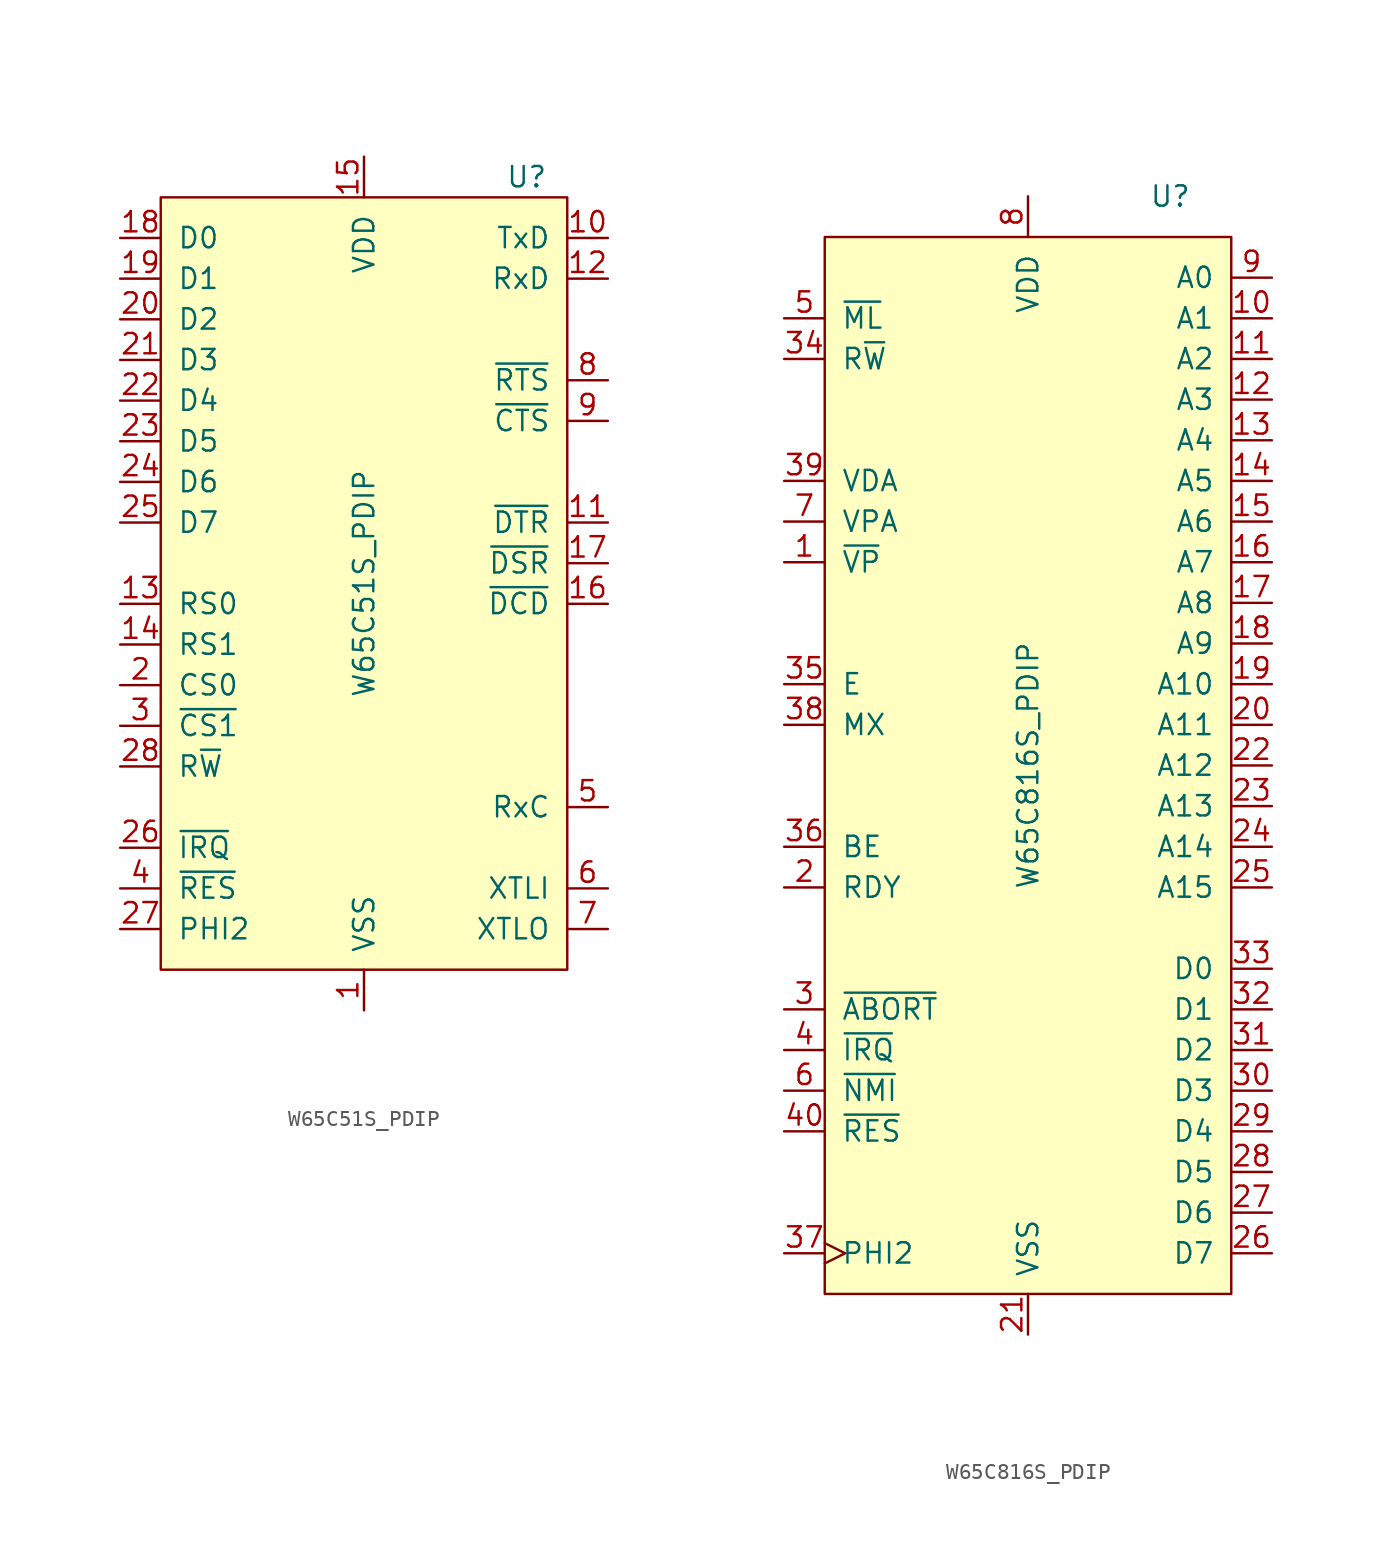
<source format=kicad_sym>
(kicad_symbol_lib
  (version 20211014)
  (generator kicad_symbol_editor)
  (symbol "W65C51S_PDIP"
    (pin_names
      (offset 1.016))
    (property "Reference" "U"
      (at 10.16 25.4 0)
      (effects (font (size 1.27 1.27))))
    (property "Value" "W65C51S_PDIP"
      (at 0 0 90)
      (effects (font (size 1.27 1.27))))
    (symbol "W65C51S_PDIP_0_1"
      (rectangle (start -12.7 24.13) (end 12.7 -24.13) (stroke (width 0) (type default) (color 0 0 0 0)) (fill (type background))))
    (symbol "W65C51S_PDIP_1_1"
      (pin output line (at 0 -26.67 90) (length 2.54) (name "VSS" (effects (font (size 1.27 1.27)))) (number "1" (effects (font (size 1.27 1.27)))))
      (pin output line (at 15.24 21.59 180) (length 2.54) (name "TxD" (effects (font (size 1.27 1.27)))) (number "10" (effects (font (size 1.27 1.27)))))
      (pin output line (at 15.24 3.81 180) (length 2.54) (name "~{DTR}" (effects (font (size 1.27 1.27)))) (number "11" (effects (font (size 1.27 1.27)))))
      (pin input line (at 15.24 19.05 180) (length 2.54) (name "RxD" (effects (font (size 1.27 1.27)))) (number "12" (effects (font (size 1.27 1.27)))))
      (pin input line (at -15.24 -1.27 0) (length 2.54) (name "RS0" (effects (font (size 1.27 1.27)))) (number "13" (effects (font (size 1.27 1.27)))))
      (pin input line (at -15.24 -3.81 0) (length 2.54) (name "RS1" (effects (font (size 1.27 1.27)))) (number "14" (effects (font (size 1.27 1.27)))))
      (pin power_in line (at 0 26.67 270) (length 2.54) (name "VDD" (effects (font (size 1.27 1.27)))) (number "15" (effects (font (size 1.27 1.27)))))
      (pin input line (at 15.24 -1.27 180) (length 2.54) (name "~{DCD}" (effects (font (size 1.27 1.27)))) (number "16" (effects (font (size 1.27 1.27)))))
      (pin input line (at 15.24 1.27 180) (length 2.54) (name "~{DSR}" (effects (font (size 1.27 1.27)))) (number "17" (effects (font (size 1.27 1.27)))))
      (pin bidirectional line (at -15.24 21.59 0) (length 2.54) (name "D0" (effects (font (size 1.27 1.27)))) (number "18" (effects (font (size 1.27 1.27)))))
      (pin bidirectional line (at -15.24 19.05 0) (length 2.54) (name "D1" (effects (font (size 1.27 1.27)))) (number "19" (effects (font (size 1.27 1.27)))))
      (pin input line (at -15.24 -6.35 0) (length 2.54) (name "CS0" (effects (font (size 1.27 1.27)))) (number "2" (effects (font (size 1.27 1.27)))))
      (pin bidirectional line (at -15.24 16.51 0) (length 2.54) (name "D2" (effects (font (size 1.27 1.27)))) (number "20" (effects (font (size 1.27 1.27)))))
      (pin bidirectional line (at -15.24 13.97 0) (length 2.54) (name "D3" (effects (font (size 1.27 1.27)))) (number "21" (effects (font (size 1.27 1.27)))))
      (pin bidirectional line (at -15.24 11.43 0) (length 2.54) (name "D4" (effects (font (size 1.27 1.27)))) (number "22" (effects (font (size 1.27 1.27)))))
      (pin bidirectional line (at -15.24 8.89 0) (length 2.54) (name "D5" (effects (font (size 1.27 1.27)))) (number "23" (effects (font (size 1.27 1.27)))))
      (pin bidirectional line (at -15.24 6.35 0) (length 2.54) (name "D6" (effects (font (size 1.27 1.27)))) (number "24" (effects (font (size 1.27 1.27)))))
      (pin bidirectional line (at -15.24 3.81 0) (length 2.54) (name "D7" (effects (font (size 1.27 1.27)))) (number "25" (effects (font (size 1.27 1.27)))))
      (pin output line (at -15.24 -16.51 0) (length 2.54) (name "~{IRQ}" (effects (font (size 1.27 1.27)))) (number "26" (effects (font (size 1.27 1.27)))))
      (pin input line (at -15.24 -21.59 0) (length 2.54) (name "PHI2" (effects (font (size 1.27 1.27)))) (number "27" (effects (font (size 1.27 1.27)))))
      (pin input line (at -15.24 -11.43 0) (length 2.54) (name "R~{W}" (effects (font (size 1.27 1.27)))) (number "28" (effects (font (size 1.27 1.27)))))
      (pin input line (at -15.24 -8.89 0) (length 2.54) (name "~{CS1}" (effects (font (size 1.27 1.27)))) (number "3" (effects (font (size 1.27 1.27)))))
      (pin input line (at -15.24 -19.05 0) (length 2.54) (name "~{RES}" (effects (font (size 1.27 1.27)))) (number "4" (effects (font (size 1.27 1.27)))))
      (pin bidirectional line (at 15.24 -13.97 180) (length 2.54) (name "RxC" (effects (font (size 1.27 1.27)))) (number "5" (effects (font (size 1.27 1.27)))))
      (pin input line (at 15.24 -19.05 180) (length 2.54) (name "XTLI" (effects (font (size 1.27 1.27)))) (number "6" (effects (font (size 1.27 1.27)))))
      (pin output line (at 15.24 -21.59 180) (length 2.54) (name "XTLO" (effects (font (size 1.27 1.27)))) (number "7" (effects (font (size 1.27 1.27)))))
      (pin output line (at 15.24 12.7 180) (length 2.54) (name "~{RTS}" (effects (font (size 1.27 1.27)))) (number "8" (effects (font (size 1.27 1.27)))))
      (pin input line (at 15.24 10.16 180) (length 2.54) (name "~{CTS}" (effects (font (size 1.27 1.27)))) (number "9" (effects (font (size 1.27 1.27)))))))
  (symbol "W65C816S_PDIP"
    (pin_names
      (offset 1.016))
    (property "Reference" "U"
      (at 8.89 35.56 0)
      (effects (font (size 1.27 1.27))))
    (property "Value" "W65C816S_PDIP"
      (at 0 0 90)
      (effects (font (size 1.27 1.27))))
    (symbol "W65C816S_PDIP_0_1"
      (rectangle (start 12.7 -33.02) (end -12.7 33.02) (stroke (width 0) (type default) (color 0 0 0 0)) (fill (type background))))
    (symbol "W65C816S_PDIP_1_1"
      (pin output line (at -15.24 12.7 0) (length 2.54) (name "~{VP}" (effects (font (size 1.27 1.27)))) (number "1" (effects (font (size 1.27 1.27)))))
      (pin output line (at 15.24 27.94 180) (length 2.54) (name "A1" (effects (font (size 1.27 1.27)))) (number "10" (effects (font (size 1.27 1.27)))))
      (pin output line (at 15.24 25.4 180) (length 2.54) (name "A2" (effects (font (size 1.27 1.27)))) (number "11" (effects (font (size 1.27 1.27)))))
      (pin output line (at 15.24 22.86 180) (length 2.54) (name "A3" (effects (font (size 1.27 1.27)))) (number "12" (effects (font (size 1.27 1.27)))))
      (pin output line (at 15.24 20.32 180) (length 2.54) (name "A4" (effects (font (size 1.27 1.27)))) (number "13" (effects (font (size 1.27 1.27)))))
      (pin output line (at 15.24 17.78 180) (length 2.54) (name "A5" (effects (font (size 1.27 1.27)))) (number "14" (effects (font (size 1.27 1.27)))))
      (pin output line (at 15.24 15.24 180) (length 2.54) (name "A6" (effects (font (size 1.27 1.27)))) (number "15" (effects (font (size 1.27 1.27)))))
      (pin output line (at 15.24 12.7 180) (length 2.54) (name "A7" (effects (font (size 1.27 1.27)))) (number "16" (effects (font (size 1.27 1.27)))))
      (pin output line (at 15.24 10.16 180) (length 2.54) (name "A8" (effects (font (size 1.27 1.27)))) (number "17" (effects (font (size 1.27 1.27)))))
      (pin output line (at 15.24 7.62 180) (length 2.54) (name "A9" (effects (font (size 1.27 1.27)))) (number "18" (effects (font (size 1.27 1.27)))))
      (pin output line (at 15.24 5.08 180) (length 2.54) (name "A10" (effects (font (size 1.27 1.27)))) (number "19" (effects (font (size 1.27 1.27)))))
      (pin bidirectional line (at -15.24 -7.62 0) (length 2.54) (name "RDY" (effects (font (size 1.27 1.27)))) (number "2" (effects (font (size 1.27 1.27)))))
      (pin output line (at 15.24 2.54 180) (length 2.54) (name "A11" (effects (font (size 1.27 1.27)))) (number "20" (effects (font (size 1.27 1.27)))))
      (pin power_in line (at 0 -35.56 90) (length 2.54) (name "VSS" (effects (font (size 1.27 1.27)))) (number "21" (effects (font (size 1.27 1.27)))))
      (pin output line (at 15.24 0 180) (length 2.54) (name "A12" (effects (font (size 1.27 1.27)))) (number "22" (effects (font (size 1.27 1.27)))))
      (pin output line (at 15.24 -2.54 180) (length 2.54) (name "A13" (effects (font (size 1.27 1.27)))) (number "23" (effects (font (size 1.27 1.27)))))
      (pin output line (at 15.24 -5.08 180) (length 2.54) (name "A14" (effects (font (size 1.27 1.27)))) (number "24" (effects (font (size 1.27 1.27)))))
      (pin output line (at 15.24 -7.62 180) (length 2.54) (name "A15" (effects (font (size 1.27 1.27)))) (number "25" (effects (font (size 1.27 1.27)))))
      (pin bidirectional line (at 15.24 -30.48 180) (length 2.54) (name "D7" (effects (font (size 1.27 1.27)))) (number "26" (effects (font (size 1.27 1.27)))))
      (pin bidirectional line (at 15.24 -27.94 180) (length 2.54) (name "D6" (effects (font (size 1.27 1.27)))) (number "27" (effects (font (size 1.27 1.27)))))
      (pin bidirectional line (at 15.24 -25.4 180) (length 2.54) (name "D5" (effects (font (size 1.27 1.27)))) (number "28" (effects (font (size 1.27 1.27)))))
      (pin bidirectional line (at 15.24 -22.86 180) (length 2.54) (name "D4" (effects (font (size 1.27 1.27)))) (number "29" (effects (font (size 1.27 1.27)))))
      (pin input line (at -15.24 -15.24 0) (length 2.54) (name "~{ABORT}" (effects (font (size 1.27 1.27)))) (number "3" (effects (font (size 1.27 1.27)))))
      (pin bidirectional line (at 15.24 -20.32 180) (length 2.54) (name "D3" (effects (font (size 1.27 1.27)))) (number "30" (effects (font (size 1.27 1.27)))))
      (pin bidirectional line (at 15.24 -17.78 180) (length 2.54) (name "D2" (effects (font (size 1.27 1.27)))) (number "31" (effects (font (size 1.27 1.27)))))
      (pin bidirectional line (at 15.24 -15.24 180) (length 2.54) (name "D1" (effects (font (size 1.27 1.27)))) (number "32" (effects (font (size 1.27 1.27)))))
      (pin bidirectional line (at 15.24 -12.7 180) (length 2.54) (name "D0" (effects (font (size 1.27 1.27)))) (number "33" (effects (font (size 1.27 1.27)))))
      (pin output line (at -15.24 25.4 0) (length 2.54) (name "R~{W}" (effects (font (size 1.27 1.27)))) (number "34" (effects (font (size 1.27 1.27)))))
      (pin output line (at -15.24 5.08 0) (length 2.54) (name "E" (effects (font (size 1.27 1.27)))) (number "35" (effects (font (size 1.27 1.27)))))
      (pin input line (at -15.24 -5.08 0) (length 2.54) (name "BE" (effects (font (size 1.27 1.27)))) (number "36" (effects (font (size 1.27 1.27)))))
      (pin input clock (at -15.24 -30.48 0) (length 2.54) (name "PHI2" (effects (font (size 1.27 1.27)))) (number "37" (effects (font (size 1.27 1.27)))))
      (pin output line (at -15.24 2.54 0) (length 2.54) (name "MX" (effects (font (size 1.27 1.27)))) (number "38" (effects (font (size 1.27 1.27)))))
      (pin output line (at -15.24 17.78 0) (length 2.54) (name "VDA" (effects (font (size 1.27 1.27)))) (number "39" (effects (font (size 1.27 1.27)))))
      (pin input line (at -15.24 -17.78 0) (length 2.54) (name "~{IRQ}" (effects (font (size 1.27 1.27)))) (number "4" (effects (font (size 1.27 1.27)))))
      (pin input line (at -15.24 -22.86 0) (length 2.54) (name "~{RES}" (effects (font (size 1.27 1.27)))) (number "40" (effects (font (size 1.27 1.27)))))
      (pin output line (at -15.24 27.94 0) (length 2.54) (name "~{ML}" (effects (font (size 1.27 1.27)))) (number "5" (effects (font (size 1.27 1.27)))))
      (pin input line (at -15.24 -20.32 0) (length 2.54) (name "~{NMI}" (effects (font (size 1.27 1.27)))) (number "6" (effects (font (size 1.27 1.27)))))
      (pin output line (at -15.24 15.24 0) (length 2.54) (name "VPA" (effects (font (size 1.27 1.27)))) (number "7" (effects (font (size 1.27 1.27)))))
      (pin power_in line (at 0 35.56 270) (length 2.54) (name "VDD" (effects (font (size 1.27 1.27)))) (number "8" (effects (font (size 1.27 1.27)))))
      (pin output line (at 15.24 30.48 180) (length 2.54) (name "A0" (effects (font (size 1.27 1.27)))) (number "9" (effects (font (size 1.27 1.27))))))))
</source>
